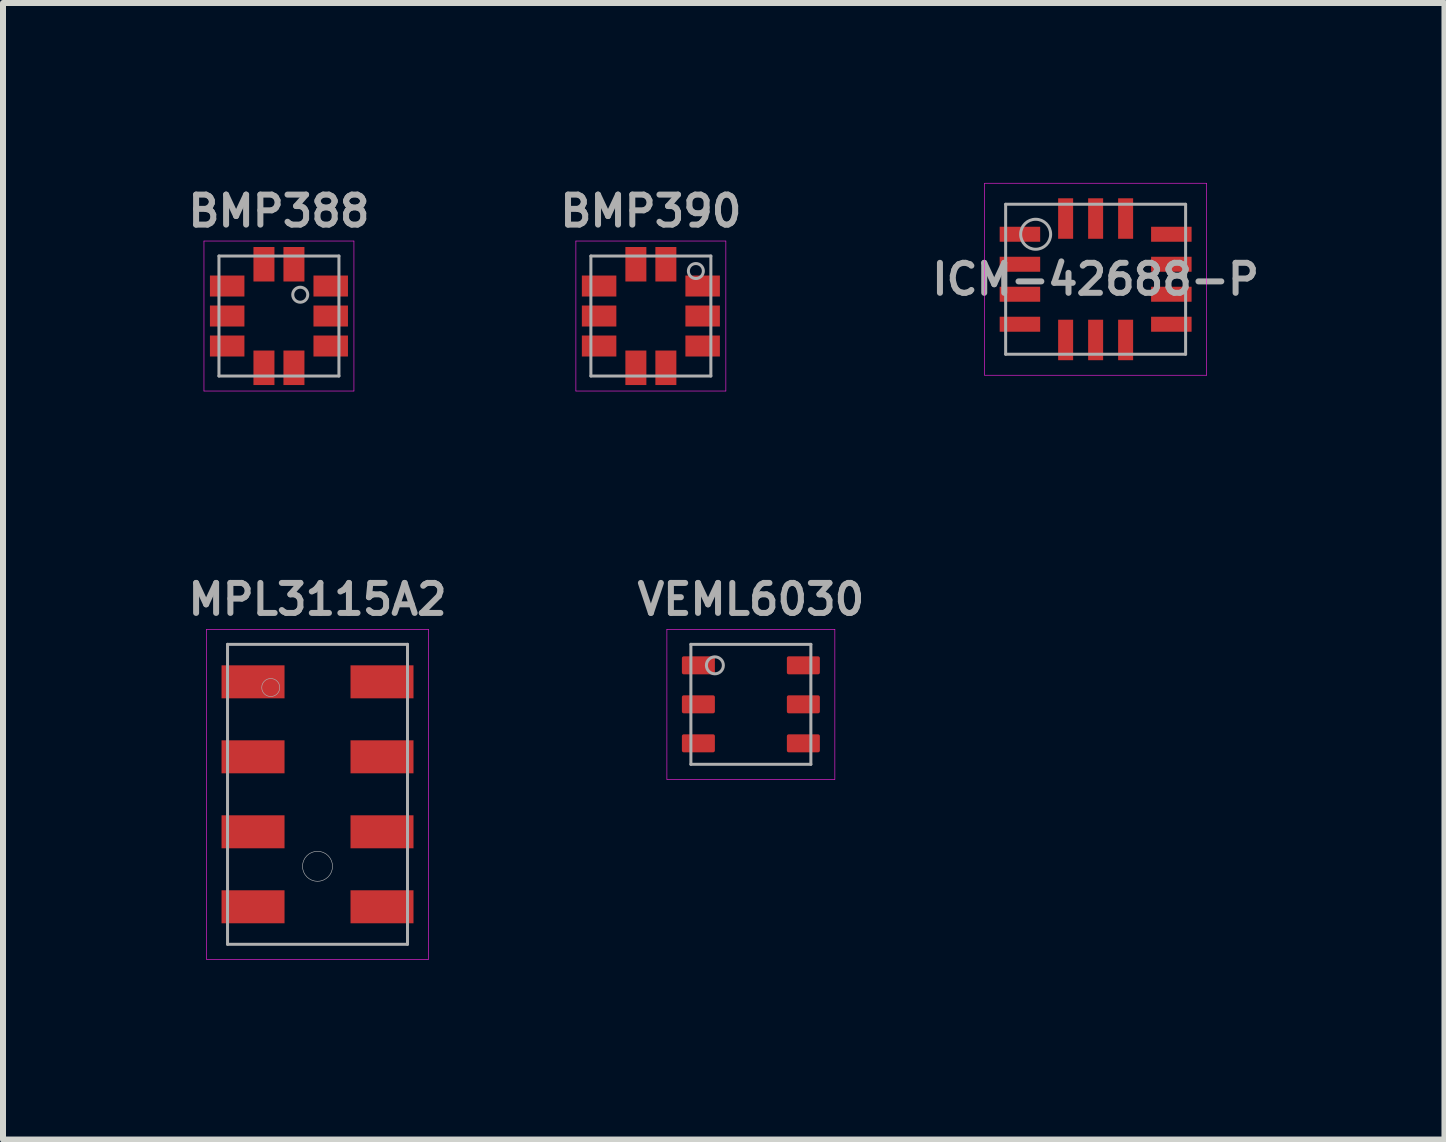
<source format=kicad_pcb>
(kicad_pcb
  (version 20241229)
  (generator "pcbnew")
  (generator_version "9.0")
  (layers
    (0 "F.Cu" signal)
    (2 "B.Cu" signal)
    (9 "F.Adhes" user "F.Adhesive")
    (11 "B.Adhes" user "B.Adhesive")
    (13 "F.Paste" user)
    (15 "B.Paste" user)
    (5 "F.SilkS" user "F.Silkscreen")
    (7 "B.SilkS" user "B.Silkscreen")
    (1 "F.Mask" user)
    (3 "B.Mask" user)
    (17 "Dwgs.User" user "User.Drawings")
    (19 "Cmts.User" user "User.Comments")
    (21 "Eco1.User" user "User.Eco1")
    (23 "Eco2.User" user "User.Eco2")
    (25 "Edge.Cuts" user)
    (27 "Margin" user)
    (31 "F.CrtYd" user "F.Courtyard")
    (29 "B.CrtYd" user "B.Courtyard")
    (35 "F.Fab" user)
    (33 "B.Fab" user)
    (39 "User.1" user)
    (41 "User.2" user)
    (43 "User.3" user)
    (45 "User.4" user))
  (footprint "BMP390"
    (layer "F.Cu")
    (at 7.8 2.218)
    (property "Reference" "BMP390" (at 0 -1.75 0) (layer "F.Fab") (effects (font (size 0.5 0.5) (thickness 0.1))))
    (attr smd)
    (fp_line (start -1.25 -1.25) (end 1.25 -1.25) (stroke (width 0.01) (type solid)) (layer "F.CrtYd"))
    (fp_line (start -1.25 1.25) (end -1.25 -1.25) (stroke (width 0.01) (type solid)) (layer "F.CrtYd"))
    (fp_line (start 1.25 -1.25) (end 1.25 1.25) (stroke (width 0.01) (type solid)) (layer "F.CrtYd"))
    (fp_line (start 1.25 1.25) (end -1.25 1.25) (stroke (width 0.01) (type solid)) (layer "F.CrtYd"))
    (fp_line (start -1 -1) (end 1 -1) (stroke (width 0.05) (type solid)) (layer "F.Fab"))
    (fp_line (start -1 1) (end -1 -1) (stroke (width 0.05) (type solid)) (layer "F.Fab"))
    (fp_line (start 1 -1) (end 1 1) (stroke (width 0.05) (type solid)) (layer "F.Fab"))
    (fp_line (start 1 1) (end -1 1) (stroke (width 0.05) (type solid)) (layer "F.Fab"))
    (fp_circle (center 0.75 -0.75) (end 0.875 -0.75) (stroke (width 0.05) (type solid)) (fill no) (layer "F.Fab"))
    (pad "1" smd rect (at 0.25 -0.863 90) (size 0.575 0.35) (layers "F.Cu" "F.Mask" "F.Paste"))
    (pad "2" smd rect (at -0.25 -0.863 90) (size 0.575 0.35) (layers "F.Cu" "F.Mask" "F.Paste"))
    (pad "3" smd rect (at -0.863 -0.5) (size 0.575 0.35) (layers "F.Cu" "F.Mask" "F.Paste"))
    (pad "4" smd rect (at -0.863 0) (size 0.575 0.35) (layers "F.Cu" "F.Mask" "F.Paste"))
    (pad "5" smd rect (at -0.863 0.5) (size 0.575 0.35) (layers "F.Cu" "F.Mask" "F.Paste"))
    (pad "6" smd rect (at -0.25 0.863 90) (size 0.575 0.35) (layers "F.Cu" "F.Mask" "F.Paste"))
    (pad "7" smd rect (at 0.25 0.863 90) (size 0.575 0.35) (layers "F.Cu" "F.Mask" "F.Paste"))
    (pad "8" smd rect (at 0.863 0.5) (size 0.575 0.35) (layers "F.Cu" "F.Mask" "F.Paste"))
    (pad "9" smd rect (at 0.863 0) (size 0.575 0.35) (layers "F.Cu" "F.Mask" "F.Paste"))
    (pad "10" smd rect (at 0.863 -0.5) (size 0.575 0.35) (layers "F.Cu" "F.Mask" "F.Paste")))
  (footprint "VEML6030"
    (layer "F.Cu")
    (at 9.467 8.691)
    (property "Reference" "VEML6030" (at 0 -1.75 0) (layer "F.Fab") (effects (font (size 0.5 0.5) (thickness 0.1))))
    (attr smd)
    (fp_line (start -1.4 -1.25) (end -1.4 1.25) (stroke (width 0.01) (type solid)) (layer "F.CrtYd"))
    (fp_line (start -1.4 1.25) (end 1.4 1.25) (stroke (width 0.01) (type solid)) (layer "F.CrtYd"))
    (fp_line (start 1.4 -1.25) (end -1.4 -1.25) (stroke (width 0.01) (type solid)) (layer "F.CrtYd"))
    (fp_line (start 1.4 1.25) (end 1.4 -1.25) (stroke (width 0.01) (type solid)) (layer "F.CrtYd"))
    (fp_line (start -1 -1) (end -1 1) (stroke (width 0.05) (type solid)) (layer "F.Fab"))
    (fp_line (start -1 1) (end 1 1) (stroke (width 0.05) (type solid)) (layer "F.Fab"))
    (fp_line (start 1 -1) (end -1 -1) (stroke (width 0.05) (type solid)) (layer "F.Fab"))
    (fp_line (start 1 1) (end 1 -1) (stroke (width 0.05) (type solid)) (layer "F.Fab"))
    (fp_circle (center -0.6 -0.65) (end -0.5 -0.55) (stroke (width 0.05) (type solid)) (fill no) (layer "F.Fab"))
    (pad "1" smd roundrect (at -0.875 -0.65) (size 0.55 0.3) (layers "F.Cu" "F.Mask" "F.Paste") (roundrect_rratio 0.1))
    (pad "2" smd roundrect (at -0.875 0) (size 0.55 0.3) (layers "F.Cu" "F.Mask" "F.Paste") (roundrect_rratio 0.1))
    (pad "3" smd roundrect (at -0.875 0.65) (size 0.55 0.3) (layers "F.Cu" "F.Mask" "F.Paste") (roundrect_rratio 0.1))
    (pad "4" smd roundrect (at 0.875 0.65) (size 0.55 0.3) (layers "F.Cu" "F.Mask" "F.Paste") (roundrect_rratio 0.1))
    (pad "5" smd roundrect (at 0.875 0) (size 0.55 0.3) (layers "F.Cu" "F.Mask" "F.Paste") (roundrect_rratio 0.1))
    (pad "6" smd roundrect (at 0.875 -0.65) (size 0.55 0.3) (layers "F.Cu" "F.Mask" "F.Paste") (roundrect_rratio 0.1)))
  (footprint "BMP388"
    (layer "F.Cu")
    (at 1.6 2.218)
    (property "Reference" "BMP388" (at 0 -1.75 0) (layer "F.Fab") (effects (font (size 0.5 0.5) (thickness 0.1))))
    (attr smd)
    (fp_line (start -1.25 -1.25) (end 1.25 -1.25) (stroke (width 0.01) (type solid)) (layer "F.CrtYd"))
    (fp_line (start -1.25 1.25) (end -1.25 -1.25) (stroke (width 0.01) (type solid)) (layer "F.CrtYd"))
    (fp_line (start 1.25 -1.25) (end 1.25 1.25) (stroke (width 0.01) (type solid)) (layer "F.CrtYd"))
    (fp_line (start 1.25 1.25) (end -1.25 1.25) (stroke (width 0.01) (type solid)) (layer "F.CrtYd"))
    (fp_line (start -1 -1) (end 1 -1) (stroke (width 0.05) (type solid)) (layer "F.Fab"))
    (fp_line (start -1 1) (end -1 -1) (stroke (width 0.05) (type solid)) (layer "F.Fab"))
    (fp_line (start 1 -1) (end 1 1) (stroke (width 0.05) (type solid)) (layer "F.Fab"))
    (fp_line (start 1 1) (end -1 1) (stroke (width 0.05) (type solid)) (layer "F.Fab"))
    (fp_circle (center 0.355 -0.355) (end 0.48 -0.355) (stroke (width 0.05) (type solid)) (fill no) (layer "F.Fab"))
    (pad "1" smd rect (at 0.25 -0.863 90) (size 0.575 0.35) (layers "F.Cu" "F.Mask" "F.Paste"))
    (pad "2" smd rect (at -0.25 -0.863 90) (size 0.575 0.35) (layers "F.Cu" "F.Mask" "F.Paste"))
    (pad "3" smd rect (at -0.863 -0.5) (size 0.575 0.35) (layers "F.Cu" "F.Mask" "F.Paste"))
    (pad "4" smd rect (at -0.863 0) (size 0.575 0.35) (layers "F.Cu" "F.Mask" "F.Paste"))
    (pad "5" smd rect (at -0.863 0.5) (size 0.575 0.35) (layers "F.Cu" "F.Mask" "F.Paste"))
    (pad "6" smd rect (at -0.25 0.863 90) (size 0.575 0.35) (layers "F.Cu" "F.Mask" "F.Paste"))
    (pad "7" smd rect (at 0.25 0.863 90) (size 0.575 0.35) (layers "F.Cu" "F.Mask" "F.Paste"))
    (pad "8" smd rect (at 0.863 0.5) (size 0.575 0.35) (layers "F.Cu" "F.Mask" "F.Paste"))
    (pad "9" smd rect (at 0.863 0) (size 0.575 0.35) (layers "F.Cu" "F.Mask" "F.Paste"))
    (pad "10" smd rect (at 0.863 -0.5) (size 0.575 0.35) (layers "F.Cu" "F.Mask" "F.Paste")))
  (footprint "MPL3115A2"
    (layer "F.Cu")
    (at 2.243 10.191)
    (property "Reference" "MPL3115A2" (at 0 -3.25 0) (layer "F.Fab") (effects (font (size 0.5 0.5) (thickness 0.1))))
    (attr smd)
    (fp_line (start -1.85 -2.75) (end -1.85 2.75) (stroke (width 0.01) (type solid)) (layer "F.CrtYd"))
    (fp_line (start -1.85 2.75) (end 1.85 2.75) (stroke (width 0.01) (type solid)) (layer "F.CrtYd"))
    (fp_line (start 1.85 -2.75) (end -1.85 -2.75) (stroke (width 0.01) (type solid)) (layer "F.CrtYd"))
    (fp_line (start 1.85 2.75) (end 1.85 -2.75) (stroke (width 0.01) (type solid)) (layer "F.CrtYd"))
    (fp_line (start -1.5 -2.5) (end 1.5 -2.5) (stroke (width 0.05) (type solid)) (layer "F.Fab"))
    (fp_line (start -1.5 2.5) (end -1.5 -2.5) (stroke (width 0.05) (type solid)) (layer "F.Fab"))
    (fp_line (start 1.5 -2.5) (end 1.5 2.5) (stroke (width 0.05) (type solid)) (layer "F.Fab"))
    (fp_line (start 1.5 2.5) (end -1.5 2.5) (stroke (width 0.05) (type solid)) (layer "F.Fab"))
    (fp_circle (center -0.78 -1.78) (end -0.63 -1.78) (stroke (width 0.01) (type solid)) (fill no) (layer "F.Fab"))
    (fp_circle (center 0 1.2) (end 0.25 1.2) (stroke (width 0.01) (type solid)) (fill no) (layer "F.Fab"))
    (pad "1" smd rect (at -1.075 -1.875) (size 1.05 0.55) (layers "F.Cu" "F.Mask" "F.Paste"))
    (pad "2" smd rect (at -1.075 -0.625) (size 1.05 0.55) (layers "F.Cu" "F.Mask" "F.Paste"))
    (pad "3" smd rect (at -1.075 0.625) (size 1.05 0.55) (layers "F.Cu" "F.Mask" "F.Paste"))
    (pad "4" smd rect (at -1.075 1.875) (size 1.05 0.55) (layers "F.Cu" "F.Mask" "F.Paste"))
    (pad "5" smd rect (at 1.075 1.875) (size 1.05 0.55) (layers "F.Cu" "F.Mask" "F.Paste"))
    (pad "6" smd rect (at 1.075 0.625) (size 1.05 0.55) (layers "F.Cu" "F.Mask" "F.Paste"))
    (pad "7" smd rect (at 1.075 -0.625) (size 1.05 0.55) (layers "F.Cu" "F.Mask" "F.Paste"))
    (pad "8" smd rect (at 1.075 -1.875) (size 1.05 0.55) (layers "F.Cu" "F.Mask" "F.Paste")))
  (footprint "ICM-42688-P"
    (layer "F.Cu")
    (at 15.214 1.605)
    (property "Reference" "ICM-42688-P" (at 0 0 0) (layer "F.Fab") (effects (font (size 0.5 0.5) (thickness 0.1))))
    (attr smd)
    (fp_line (start -1.85 -1.6) (end 1.85 -1.6) (stroke (width 0.01) (type solid)) (layer "F.CrtYd"))
    (fp_line (start -1.85 1.6) (end -1.85 -1.6) (stroke (width 0.01) (type solid)) (layer "F.CrtYd"))
    (fp_line (start 1.85 -1.6) (end 1.85 1.6) (stroke (width 0.01) (type solid)) (layer "F.CrtYd"))
    (fp_line (start 1.85 1.6) (end -1.85 1.6) (stroke (width 0.01) (type solid)) (layer "F.CrtYd"))
    (fp_line (start -1.5 -1.25) (end 1.5 -1.25) (stroke (width 0.05) (type solid)) (layer "F.Fab"))
    (fp_line (start -1.5 1.25) (end -1.5 -1.25) (stroke (width 0.05) (type solid)) (layer "F.Fab"))
    (fp_line (start 1.5 -1.25) (end 1.5 1.25) (stroke (width 0.05) (type solid)) (layer "F.Fab"))
    (fp_line (start 1.5 1.25) (end -1.5 1.25) (stroke (width 0.05) (type solid)) (layer "F.Fab"))
    (fp_circle (center -1 -0.75) (end -0.75 -0.75) (stroke (width 0.05) (type solid)) (fill no) (layer "F.Fab"))
    (pad "1" smd rect (at -1.262 -0.75) (size 0.675 0.25) (layers "F.Cu" "F.Mask" "F.Paste"))
    (pad "2" smd rect (at -1.262 -0.25) (size 0.675 0.25) (layers "F.Cu" "F.Mask" "F.Paste"))
    (pad "3" smd rect (at -1.262 0.25) (size 0.675 0.25) (layers "F.Cu" "F.Mask" "F.Paste"))
    (pad "4" smd rect (at -1.262 0.75) (size 0.675 0.25) (layers "F.Cu" "F.Mask" "F.Paste"))
    (pad "5" smd rect (at -0.5 1.012) (size 0.25 0.675) (layers "F.Cu" "F.Mask" "F.Paste"))
    (pad "6" smd rect (at 0 1.012) (size 0.25 0.675) (layers "F.Cu" "F.Mask" "F.Paste"))
    (pad "7" smd rect (at 0.5 1.012) (size 0.25 0.675) (layers "F.Cu" "F.Mask" "F.Paste"))
    (pad "8" smd rect (at 1.262 0.75) (size 0.675 0.25) (layers "F.Cu" "F.Mask" "F.Paste"))
    (pad "9" smd rect (at 1.262 0.25) (size 0.675 0.25) (layers "F.Cu" "F.Mask" "F.Paste"))
    (pad "10" smd rect (at 1.262 -0.25) (size 0.675 0.25) (layers "F.Cu" "F.Mask" "F.Paste"))
    (pad "11" smd rect (at 1.262 -0.75) (size 0.675 0.25) (layers "F.Cu" "F.Mask" "F.Paste"))
    (pad "12" smd rect (at 0.5 -1.012) (size 0.25 0.675) (layers "F.Cu" "F.Mask" "F.Paste"))
    (pad "13" smd rect (at 0 -1.012) (size 0.25 0.675) (layers "F.Cu" "F.Mask" "F.Paste"))
    (pad "14" smd rect (at -0.5 -1.012) (size 0.25 0.675) (layers "F.Cu" "F.Mask" "F.Paste")))
  (gr_rect
    (start -3 -3)
    (end 21.029 15.946)
    (stroke (width 0.1) (type default))
    (fill no)
    (layer "Edge.Cuts")))
</source>
